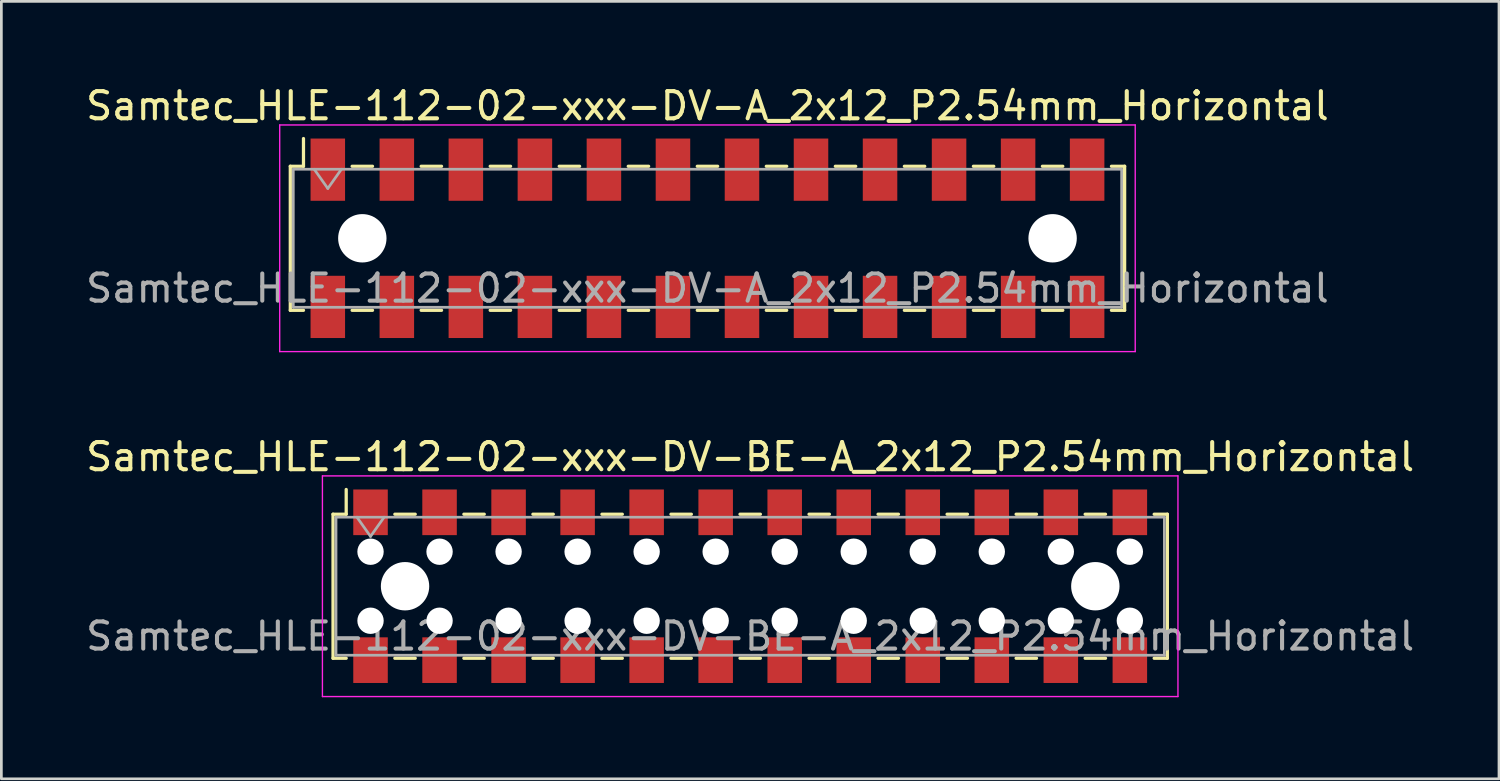
<source format=kicad_pcb>
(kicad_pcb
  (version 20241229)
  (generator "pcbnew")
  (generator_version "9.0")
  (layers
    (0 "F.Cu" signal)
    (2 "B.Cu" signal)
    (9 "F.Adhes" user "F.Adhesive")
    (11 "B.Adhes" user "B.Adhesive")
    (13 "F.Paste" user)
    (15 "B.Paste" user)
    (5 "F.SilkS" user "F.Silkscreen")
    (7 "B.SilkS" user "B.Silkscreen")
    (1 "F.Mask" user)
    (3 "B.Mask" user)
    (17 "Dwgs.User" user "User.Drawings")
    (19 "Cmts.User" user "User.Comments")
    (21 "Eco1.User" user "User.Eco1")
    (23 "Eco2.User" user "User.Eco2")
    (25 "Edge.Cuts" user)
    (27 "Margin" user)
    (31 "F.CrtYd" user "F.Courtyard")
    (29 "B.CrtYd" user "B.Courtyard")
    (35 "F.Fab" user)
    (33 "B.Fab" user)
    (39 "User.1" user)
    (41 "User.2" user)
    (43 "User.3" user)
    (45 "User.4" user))
  (footprint "Samtec_HLE-112-02-xxx-DV-BE-A_2x12_P2.54mm_Horizontal"
    (layer "F.Cu")
    (at 24.554 18.521)
    (property "Reference" "Samtec_HLE-112-02-xxx-DV-BE-A_2x12_P2.54mm_Horizontal" (at 0 -4.76 0) (layer "F.SilkS") (effects (font (size 1 1) (thickness 0.15))))
    (attr smd)
    (fp_line (start -15.35 -2.65) (end -15.35 2.65) (stroke (width 0.12) (type solid)) (layer "F.SilkS"))
    (fp_line (start -15.35 2.65) (end -14.865 2.65) (stroke (width 0.12) (type solid)) (layer "F.SilkS"))
    (fp_line (start -14.865 -3.56) (end -14.865 -2.65) (stroke (width 0.12) (type solid)) (layer "F.SilkS"))
    (fp_line (start -14.865 -2.65) (end -15.35 -2.65) (stroke (width 0.12) (type solid)) (layer "F.SilkS"))
    (fp_line (start -13.075 -2.65) (end -12.325 -2.65) (stroke (width 0.12) (type solid)) (layer "F.SilkS"))
    (fp_line (start -13.075 2.65) (end -12.325 2.65) (stroke (width 0.12) (type solid)) (layer "F.SilkS"))
    (fp_line (start -10.535 -2.65) (end -9.785 -2.65) (stroke (width 0.12) (type solid)) (layer "F.SilkS"))
    (fp_line (start -10.535 2.65) (end -9.785 2.65) (stroke (width 0.12) (type solid)) (layer "F.SilkS"))
    (fp_line (start -7.995 -2.65) (end -7.245 -2.65) (stroke (width 0.12) (type solid)) (layer "F.SilkS"))
    (fp_line (start -7.995 2.65) (end -7.245 2.65) (stroke (width 0.12) (type solid)) (layer "F.SilkS"))
    (fp_line (start -5.455 -2.65) (end -4.705 -2.65) (stroke (width 0.12) (type solid)) (layer "F.SilkS"))
    (fp_line (start -5.455 2.65) (end -4.705 2.65) (stroke (width 0.12) (type solid)) (layer "F.SilkS"))
    (fp_line (start -2.915 -2.65) (end -2.165 -2.65) (stroke (width 0.12) (type solid)) (layer "F.SilkS"))
    (fp_line (start -2.915 2.65) (end -2.165 2.65) (stroke (width 0.12) (type solid)) (layer "F.SilkS"))
    (fp_line (start -0.375 -2.65) (end 0.375 -2.65) (stroke (width 0.12) (type solid)) (layer "F.SilkS"))
    (fp_line (start -0.375 2.65) (end 0.375 2.65) (stroke (width 0.12) (type solid)) (layer "F.SilkS"))
    (fp_line (start 2.165 -2.65) (end 2.915 -2.65) (stroke (width 0.12) (type solid)) (layer "F.SilkS"))
    (fp_line (start 2.165 2.65) (end 2.915 2.65) (stroke (width 0.12) (type solid)) (layer "F.SilkS"))
    (fp_line (start 4.705 -2.65) (end 5.455 -2.65) (stroke (width 0.12) (type solid)) (layer "F.SilkS"))
    (fp_line (start 4.705 2.65) (end 5.455 2.65) (stroke (width 0.12) (type solid)) (layer "F.SilkS"))
    (fp_line (start 7.245 -2.65) (end 7.995 -2.65) (stroke (width 0.12) (type solid)) (layer "F.SilkS"))
    (fp_line (start 7.245 2.65) (end 7.995 2.65) (stroke (width 0.12) (type solid)) (layer "F.SilkS"))
    (fp_line (start 9.785 -2.65) (end 10.535 -2.65) (stroke (width 0.12) (type solid)) (layer "F.SilkS"))
    (fp_line (start 9.785 2.65) (end 10.535 2.65) (stroke (width 0.12) (type solid)) (layer "F.SilkS"))
    (fp_line (start 12.325 -2.65) (end 13.075 -2.65) (stroke (width 0.12) (type solid)) (layer "F.SilkS"))
    (fp_line (start 12.325 2.65) (end 13.075 2.65) (stroke (width 0.12) (type solid)) (layer "F.SilkS"))
    (fp_line (start 14.865 -2.65) (end 15.35 -2.65) (stroke (width 0.12) (type solid)) (layer "F.SilkS"))
    (fp_line (start 15.35 -2.65) (end 15.35 2.65) (stroke (width 0.12) (type solid)) (layer "F.SilkS"))
    (fp_line (start 15.35 2.65) (end 14.865 2.65) (stroke (width 0.12) (type solid)) (layer "F.SilkS"))
    (fp_line (start -15.74 -4.06) (end 15.74 -4.06) (stroke (width 0.05) (type solid)) (layer "F.CrtYd"))
    (fp_line (start -15.74 4.06) (end -15.74 -4.06) (stroke (width 0.05) (type solid)) (layer "F.CrtYd"))
    (fp_line (start 15.74 -4.06) (end 15.74 4.06) (stroke (width 0.05) (type solid)) (layer "F.CrtYd"))
    (fp_line (start 15.74 4.06) (end -15.74 4.06) (stroke (width 0.05) (type solid)) (layer "F.CrtYd"))
    (fp_line (start -15.24 -2.54) (end 15.24 -2.54) (stroke (width 0.1) (type solid)) (layer "F.Fab"))
    (fp_line (start -15.24 2.54) (end -15.24 -2.54) (stroke (width 0.1) (type solid)) (layer "F.Fab"))
    (fp_line (start -14.47 -2.54) (end -13.97 -1.833) (stroke (width 0.1) (type solid)) (layer "F.Fab"))
    (fp_line (start -13.97 -1.833) (end -13.47 -2.54) (stroke (width 0.1) (type solid)) (layer "F.Fab"))
    (fp_line (start 15.24 -2.54) (end 15.24 2.54) (stroke (width 0.1) (type solid)) (layer "F.Fab"))
    (fp_line (start 15.24 2.54) (end -15.24 2.54) (stroke (width 0.1) (type solid)) (layer "F.Fab"))
    (fp_text user "${REFERENCE}" (at 0 1.84 0) (layer "F.Fab") (effects (font (size 1 1) (thickness 0.15))))
    (pad "" np_thru_hole circle (at -13.97 -1.27) (size 0.97 0.97) (drill 0.97) (layers "*.Cu" "*.Mask"))
    (pad "" np_thru_hole circle (at -13.97 1.27) (size 0.97 0.97) (drill 0.97) (layers "*.Cu" "*.Mask"))
    (pad "" np_thru_hole circle (at -12.7 0) (size 1.78 1.78) (drill 1.78) (layers "*.Cu" "*.Mask"))
    (pad "" np_thru_hole circle (at -11.43 -1.27) (size 0.97 0.97) (drill 0.97) (layers "*.Cu" "*.Mask"))
    (pad "" np_thru_hole circle (at -11.43 1.27) (size 0.97 0.97) (drill 0.97) (layers "*.Cu" "*.Mask"))
    (pad "" np_thru_hole circle (at -8.89 -1.27) (size 0.97 0.97) (drill 0.97) (layers "*.Cu" "*.Mask"))
    (pad "" np_thru_hole circle (at -8.89 1.27) (size 0.97 0.97) (drill 0.97) (layers "*.Cu" "*.Mask"))
    (pad "" np_thru_hole circle (at -6.35 -1.27) (size 0.97 0.97) (drill 0.97) (layers "*.Cu" "*.Mask"))
    (pad "" np_thru_hole circle (at -6.35 1.27) (size 0.97 0.97) (drill 0.97) (layers "*.Cu" "*.Mask"))
    (pad "" np_thru_hole circle (at -3.81 -1.27) (size 0.97 0.97) (drill 0.97) (layers "*.Cu" "*.Mask"))
    (pad "" np_thru_hole circle (at -3.81 1.27) (size 0.97 0.97) (drill 0.97) (layers "*.Cu" "*.Mask"))
    (pad "" np_thru_hole circle (at -1.27 -1.27) (size 0.97 0.97) (drill 0.97) (layers "*.Cu" "*.Mask"))
    (pad "" np_thru_hole circle (at -1.27 1.27) (size 0.97 0.97) (drill 0.97) (layers "*.Cu" "*.Mask"))
    (pad "" np_thru_hole circle (at 1.27 -1.27) (size 0.97 0.97) (drill 0.97) (layers "*.Cu" "*.Mask"))
    (pad "" np_thru_hole circle (at 1.27 1.27) (size 0.97 0.97) (drill 0.97) (layers "*.Cu" "*.Mask"))
    (pad "" np_thru_hole circle (at 3.81 -1.27) (size 0.97 0.97) (drill 0.97) (layers "*.Cu" "*.Mask"))
    (pad "" np_thru_hole circle (at 3.81 1.27) (size 0.97 0.97) (drill 0.97) (layers "*.Cu" "*.Mask"))
    (pad "" np_thru_hole circle (at 6.35 -1.27) (size 0.97 0.97) (drill 0.97) (layers "*.Cu" "*.Mask"))
    (pad "" np_thru_hole circle (at 6.35 1.27) (size 0.97 0.97) (drill 0.97) (layers "*.Cu" "*.Mask"))
    (pad "" np_thru_hole circle (at 8.89 -1.27) (size 0.97 0.97) (drill 0.97) (layers "*.Cu" "*.Mask"))
    (pad "" np_thru_hole circle (at 8.89 1.27) (size 0.97 0.97) (drill 0.97) (layers "*.Cu" "*.Mask"))
    (pad "" np_thru_hole circle (at 11.43 -1.27) (size 0.97 0.97) (drill 0.97) (layers "*.Cu" "*.Mask"))
    (pad "" np_thru_hole circle (at 11.43 1.27) (size 0.97 0.97) (drill 0.97) (layers "*.Cu" "*.Mask"))
    (pad "" np_thru_hole circle (at 12.7 0) (size 1.78 1.78) (drill 1.78) (layers "*.Cu" "*.Mask"))
    (pad "" np_thru_hole circle (at 13.97 -1.27) (size 0.97 0.97) (drill 0.97) (layers "*.Cu" "*.Mask"))
    (pad "" np_thru_hole circle (at 13.97 1.27) (size 0.97 0.97) (drill 0.97) (layers "*.Cu" "*.Mask"))
    (pad "1" smd rect (at -13.97 -2.72) (size 1.27 1.68) (layers "F.Cu" "F.Mask" "F.Paste"))
    (pad "2" smd rect (at -13.97 2.72) (size 1.27 1.68) (layers "F.Cu" "F.Mask" "F.Paste"))
    (pad "3" smd rect (at -11.43 -2.72) (size 1.27 1.68) (layers "F.Cu" "F.Mask" "F.Paste"))
    (pad "4" smd rect (at -11.43 2.72) (size 1.27 1.68) (layers "F.Cu" "F.Mask" "F.Paste"))
    (pad "5" smd rect (at -8.89 -2.72) (size 1.27 1.68) (layers "F.Cu" "F.Mask" "F.Paste"))
    (pad "6" smd rect (at -8.89 2.72) (size 1.27 1.68) (layers "F.Cu" "F.Mask" "F.Paste"))
    (pad "7" smd rect (at -6.35 -2.72) (size 1.27 1.68) (layers "F.Cu" "F.Mask" "F.Paste"))
    (pad "8" smd rect (at -6.35 2.72) (size 1.27 1.68) (layers "F.Cu" "F.Mask" "F.Paste"))
    (pad "9" smd rect (at -3.81 -2.72) (size 1.27 1.68) (layers "F.Cu" "F.Mask" "F.Paste"))
    (pad "10" smd rect (at -3.81 2.72) (size 1.27 1.68) (layers "F.Cu" "F.Mask" "F.Paste"))
    (pad "11" smd rect (at -1.27 -2.72) (size 1.27 1.68) (layers "F.Cu" "F.Mask" "F.Paste"))
    (pad "12" smd rect (at -1.27 2.72) (size 1.27 1.68) (layers "F.Cu" "F.Mask" "F.Paste"))
    (pad "13" smd rect (at 1.27 -2.72) (size 1.27 1.68) (layers "F.Cu" "F.Mask" "F.Paste"))
    (pad "14" smd rect (at 1.27 2.72) (size 1.27 1.68) (layers "F.Cu" "F.Mask" "F.Paste"))
    (pad "15" smd rect (at 3.81 -2.72) (size 1.27 1.68) (layers "F.Cu" "F.Mask" "F.Paste"))
    (pad "16" smd rect (at 3.81 2.72) (size 1.27 1.68) (layers "F.Cu" "F.Mask" "F.Paste"))
    (pad "17" smd rect (at 6.35 -2.72) (size 1.27 1.68) (layers "F.Cu" "F.Mask" "F.Paste"))
    (pad "18" smd rect (at 6.35 2.72) (size 1.27 1.68) (layers "F.Cu" "F.Mask" "F.Paste"))
    (pad "19" smd rect (at 8.89 -2.72) (size 1.27 1.68) (layers "F.Cu" "F.Mask" "F.Paste"))
    (pad "20" smd rect (at 8.89 2.72) (size 1.27 1.68) (layers "F.Cu" "F.Mask" "F.Paste"))
    (pad "21" smd rect (at 11.43 -2.72) (size 1.27 1.68) (layers "F.Cu" "F.Mask" "F.Paste"))
    (pad "22" smd rect (at 11.43 2.72) (size 1.27 1.68) (layers "F.Cu" "F.Mask" "F.Paste"))
    (pad "23" smd rect (at 13.97 -2.72) (size 1.27 1.68) (layers "F.Cu" "F.Mask" "F.Paste"))
    (pad "24" smd rect (at 13.97 2.72) (size 1.27 1.68) (layers "F.Cu" "F.Mask" "F.Paste")))
  (footprint "Samtec_HLE-112-02-xxx-DV-A_2x12_P2.54mm_Horizontal"
    (layer "F.Cu")
    (at 22.982 5.718)
    (property "Reference" "Samtec_HLE-112-02-xxx-DV-A_2x12_P2.54mm_Horizontal" (at 0 -4.87 0) (layer "F.SilkS") (effects (font (size 1 1) (thickness 0.15))))
    (attr smd)
    (fp_line (start -15.35 -2.65) (end -15.35 2.65) (stroke (width 0.12) (type solid)) (layer "F.SilkS"))
    (fp_line (start -15.35 2.65) (end -14.865 2.65) (stroke (width 0.12) (type solid)) (layer "F.SilkS"))
    (fp_line (start -14.865 -3.67) (end -14.865 -2.65) (stroke (width 0.12) (type solid)) (layer "F.SilkS"))
    (fp_line (start -14.865 -2.65) (end -15.35 -2.65) (stroke (width 0.12) (type solid)) (layer "F.SilkS"))
    (fp_line (start -13.075 -2.65) (end -12.325 -2.65) (stroke (width 0.12) (type solid)) (layer "F.SilkS"))
    (fp_line (start -13.075 2.65) (end -12.325 2.65) (stroke (width 0.12) (type solid)) (layer "F.SilkS"))
    (fp_line (start -10.535 -2.65) (end -9.785 -2.65) (stroke (width 0.12) (type solid)) (layer "F.SilkS"))
    (fp_line (start -10.535 2.65) (end -9.785 2.65) (stroke (width 0.12) (type solid)) (layer "F.SilkS"))
    (fp_line (start -7.995 -2.65) (end -7.245 -2.65) (stroke (width 0.12) (type solid)) (layer "F.SilkS"))
    (fp_line (start -7.995 2.65) (end -7.245 2.65) (stroke (width 0.12) (type solid)) (layer "F.SilkS"))
    (fp_line (start -5.455 -2.65) (end -4.705 -2.65) (stroke (width 0.12) (type solid)) (layer "F.SilkS"))
    (fp_line (start -5.455 2.65) (end -4.705 2.65) (stroke (width 0.12) (type solid)) (layer "F.SilkS"))
    (fp_line (start -2.915 -2.65) (end -2.165 -2.65) (stroke (width 0.12) (type solid)) (layer "F.SilkS"))
    (fp_line (start -2.915 2.65) (end -2.165 2.65) (stroke (width 0.12) (type solid)) (layer "F.SilkS"))
    (fp_line (start -0.375 -2.65) (end 0.375 -2.65) (stroke (width 0.12) (type solid)) (layer "F.SilkS"))
    (fp_line (start -0.375 2.65) (end 0.375 2.65) (stroke (width 0.12) (type solid)) (layer "F.SilkS"))
    (fp_line (start 2.165 -2.65) (end 2.915 -2.65) (stroke (width 0.12) (type solid)) (layer "F.SilkS"))
    (fp_line (start 2.165 2.65) (end 2.915 2.65) (stroke (width 0.12) (type solid)) (layer "F.SilkS"))
    (fp_line (start 4.705 -2.65) (end 5.455 -2.65) (stroke (width 0.12) (type solid)) (layer "F.SilkS"))
    (fp_line (start 4.705 2.65) (end 5.455 2.65) (stroke (width 0.12) (type solid)) (layer "F.SilkS"))
    (fp_line (start 7.245 -2.65) (end 7.995 -2.65) (stroke (width 0.12) (type solid)) (layer "F.SilkS"))
    (fp_line (start 7.245 2.65) (end 7.995 2.65) (stroke (width 0.12) (type solid)) (layer "F.SilkS"))
    (fp_line (start 9.785 -2.65) (end 10.535 -2.65) (stroke (width 0.12) (type solid)) (layer "F.SilkS"))
    (fp_line (start 9.785 2.65) (end 10.535 2.65) (stroke (width 0.12) (type solid)) (layer "F.SilkS"))
    (fp_line (start 12.325 -2.65) (end 13.075 -2.65) (stroke (width 0.12) (type solid)) (layer "F.SilkS"))
    (fp_line (start 12.325 2.65) (end 13.075 2.65) (stroke (width 0.12) (type solid)) (layer "F.SilkS"))
    (fp_line (start 14.865 -2.65) (end 15.35 -2.65) (stroke (width 0.12) (type solid)) (layer "F.SilkS"))
    (fp_line (start 15.35 -2.65) (end 15.35 2.65) (stroke (width 0.12) (type solid)) (layer "F.SilkS"))
    (fp_line (start 15.35 2.65) (end 14.865 2.65) (stroke (width 0.12) (type solid)) (layer "F.SilkS"))
    (fp_line (start -15.74 -4.17) (end 15.74 -4.17) (stroke (width 0.05) (type solid)) (layer "F.CrtYd"))
    (fp_line (start -15.74 4.17) (end -15.74 -4.17) (stroke (width 0.05) (type solid)) (layer "F.CrtYd"))
    (fp_line (start 15.74 -4.17) (end 15.74 4.17) (stroke (width 0.05) (type solid)) (layer "F.CrtYd"))
    (fp_line (start 15.74 4.17) (end -15.74 4.17) (stroke (width 0.05) (type solid)) (layer "F.CrtYd"))
    (fp_line (start -15.24 -2.54) (end 15.24 -2.54) (stroke (width 0.1) (type solid)) (layer "F.Fab"))
    (fp_line (start -15.24 2.54) (end -15.24 -2.54) (stroke (width 0.1) (type solid)) (layer "F.Fab"))
    (fp_line (start -14.47 -2.54) (end -13.97 -1.833) (stroke (width 0.1) (type solid)) (layer "F.Fab"))
    (fp_line (start -13.97 -1.833) (end -13.47 -2.54) (stroke (width 0.1) (type solid)) (layer "F.Fab"))
    (fp_line (start 15.24 -2.54) (end 15.24 2.54) (stroke (width 0.1) (type solid)) (layer "F.Fab"))
    (fp_line (start 15.24 2.54) (end -15.24 2.54) (stroke (width 0.1) (type solid)) (layer "F.Fab"))
    (fp_text user "${REFERENCE}" (at 0 1.84 0) (layer "F.Fab") (effects (font (size 1 1) (thickness 0.15))))
    (pad "" np_thru_hole circle (at -12.7 0) (size 1.78 1.78) (drill 1.78) (layers "*.Cu" "*.Mask"))
    (pad "" np_thru_hole circle (at 12.7 0) (size 1.78 1.78) (drill 1.78) (layers "*.Cu" "*.Mask"))
    (pad "1" smd rect (at -13.97 -2.525) (size 1.27 2.29) (layers "F.Cu" "F.Mask" "F.Paste"))
    (pad "2" smd rect (at -13.97 2.525) (size 1.27 2.29) (layers "F.Cu" "F.Mask" "F.Paste"))
    (pad "3" smd rect (at -11.43 -2.525) (size 1.27 2.29) (layers "F.Cu" "F.Mask" "F.Paste"))
    (pad "4" smd rect (at -11.43 2.525) (size 1.27 2.29) (layers "F.Cu" "F.Mask" "F.Paste"))
    (pad "5" smd rect (at -8.89 -2.525) (size 1.27 2.29) (layers "F.Cu" "F.Mask" "F.Paste"))
    (pad "6" smd rect (at -8.89 2.525) (size 1.27 2.29) (layers "F.Cu" "F.Mask" "F.Paste"))
    (pad "7" smd rect (at -6.35 -2.525) (size 1.27 2.29) (layers "F.Cu" "F.Mask" "F.Paste"))
    (pad "8" smd rect (at -6.35 2.525) (size 1.27 2.29) (layers "F.Cu" "F.Mask" "F.Paste"))
    (pad "9" smd rect (at -3.81 -2.525) (size 1.27 2.29) (layers "F.Cu" "F.Mask" "F.Paste"))
    (pad "10" smd rect (at -3.81 2.525) (size 1.27 2.29) (layers "F.Cu" "F.Mask" "F.Paste"))
    (pad "11" smd rect (at -1.27 -2.525) (size 1.27 2.29) (layers "F.Cu" "F.Mask" "F.Paste"))
    (pad "12" smd rect (at -1.27 2.525) (size 1.27 2.29) (layers "F.Cu" "F.Mask" "F.Paste"))
    (pad "13" smd rect (at 1.27 -2.525) (size 1.27 2.29) (layers "F.Cu" "F.Mask" "F.Paste"))
    (pad "14" smd rect (at 1.27 2.525) (size 1.27 2.29) (layers "F.Cu" "F.Mask" "F.Paste"))
    (pad "15" smd rect (at 3.81 -2.525) (size 1.27 2.29) (layers "F.Cu" "F.Mask" "F.Paste"))
    (pad "16" smd rect (at 3.81 2.525) (size 1.27 2.29) (layers "F.Cu" "F.Mask" "F.Paste"))
    (pad "17" smd rect (at 6.35 -2.525) (size 1.27 2.29) (layers "F.Cu" "F.Mask" "F.Paste"))
    (pad "18" smd rect (at 6.35 2.525) (size 1.27 2.29) (layers "F.Cu" "F.Mask" "F.Paste"))
    (pad "19" smd rect (at 8.89 -2.525) (size 1.27 2.29) (layers "F.Cu" "F.Mask" "F.Paste"))
    (pad "20" smd rect (at 8.89 2.525) (size 1.27 2.29) (layers "F.Cu" "F.Mask" "F.Paste"))
    (pad "21" smd rect (at 11.43 -2.525) (size 1.27 2.29) (layers "F.Cu" "F.Mask" "F.Paste"))
    (pad "22" smd rect (at 11.43 2.525) (size 1.27 2.29) (layers "F.Cu" "F.Mask" "F.Paste"))
    (pad "23" smd rect (at 13.97 -2.525) (size 1.27 2.29) (layers "F.Cu" "F.Mask" "F.Paste"))
    (pad "24" smd rect (at 13.97 2.525) (size 1.27 2.29) (layers "F.Cu" "F.Mask" "F.Paste")))
  (gr_rect
    (start -3 -3)
    (end 52.107 25.607)
    (stroke (width 0.1) (type default))
    (fill no)
    (layer "Edge.Cuts")))
</source>
